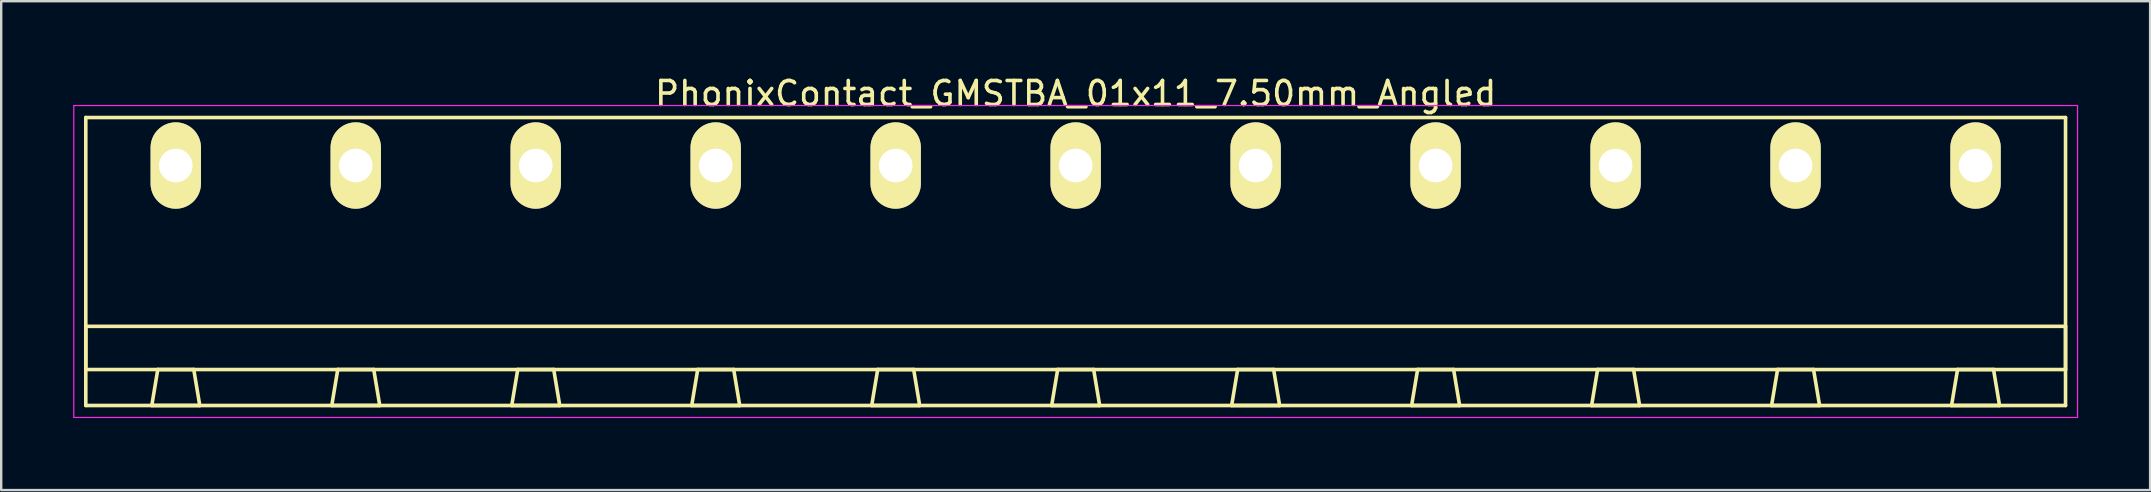
<source format=kicad_pcb>
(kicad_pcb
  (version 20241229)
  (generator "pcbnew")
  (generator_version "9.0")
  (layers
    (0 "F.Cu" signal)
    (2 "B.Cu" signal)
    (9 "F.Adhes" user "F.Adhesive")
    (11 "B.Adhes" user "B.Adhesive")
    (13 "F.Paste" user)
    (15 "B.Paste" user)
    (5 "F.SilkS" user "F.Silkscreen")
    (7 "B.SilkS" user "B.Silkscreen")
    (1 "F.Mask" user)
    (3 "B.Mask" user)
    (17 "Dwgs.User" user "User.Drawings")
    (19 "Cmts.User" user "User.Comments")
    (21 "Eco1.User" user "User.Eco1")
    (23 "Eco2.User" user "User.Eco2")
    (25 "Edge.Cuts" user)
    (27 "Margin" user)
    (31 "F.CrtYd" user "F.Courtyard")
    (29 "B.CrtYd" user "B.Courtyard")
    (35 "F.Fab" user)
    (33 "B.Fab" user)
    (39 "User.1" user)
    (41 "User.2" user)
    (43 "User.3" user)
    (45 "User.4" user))
  (footprint "PhonixContact_GMSTBA_01x11_7.50mm_Angled"
    (layer "F.Cu")
    (at 4.275 3.848)
    (property "Reference" "PhonixContact_GMSTBA_01x11_7.50mm_Angled" (at 37.5 -3 0) (layer "F.SilkS") (effects (font (size 1 1) (thickness 0.15))))
    (attr through_hole)
    (fp_line (start -3.75 -2) (end -3.75 10) (stroke (width 0.15) (type solid)) (layer "F.SilkS"))
    (fp_line (start -3.75 6.7) (end 78.75 6.7) (stroke (width 0.15) (type solid)) (layer "F.SilkS"))
    (fp_line (start -3.75 8.5) (end -3.75 6.7) (stroke (width 0.15) (type solid)) (layer "F.SilkS"))
    (fp_line (start -3.75 10) (end 78.75 10) (stroke (width 0.15) (type solid)) (layer "F.SilkS"))
    (fp_line (start -1 10) (end 1 10) (stroke (width 0.15) (type solid)) (layer "F.SilkS"))
    (fp_line (start -0.75 8.5) (end -1 10) (stroke (width 0.15) (type solid)) (layer "F.SilkS"))
    (fp_line (start 0.75 8.5) (end -0.75 8.5) (stroke (width 0.15) (type solid)) (layer "F.SilkS"))
    (fp_line (start 1 10) (end 0.75 8.5) (stroke (width 0.15) (type solid)) (layer "F.SilkS"))
    (fp_line (start 6.5 10) (end 8.5 10) (stroke (width 0.15) (type solid)) (layer "F.SilkS"))
    (fp_line (start 6.75 8.5) (end 6.5 10) (stroke (width 0.15) (type solid)) (layer "F.SilkS"))
    (fp_line (start 8.25 8.5) (end 6.75 8.5) (stroke (width 0.15) (type solid)) (layer "F.SilkS"))
    (fp_line (start 8.5 10) (end 8.25 8.5) (stroke (width 0.15) (type solid)) (layer "F.SilkS"))
    (fp_line (start 14 10) (end 16 10) (stroke (width 0.15) (type solid)) (layer "F.SilkS"))
    (fp_line (start 14.25 8.5) (end 14 10) (stroke (width 0.15) (type solid)) (layer "F.SilkS"))
    (fp_line (start 15.75 8.5) (end 14.25 8.5) (stroke (width 0.15) (type solid)) (layer "F.SilkS"))
    (fp_line (start 16 10) (end 15.75 8.5) (stroke (width 0.15) (type solid)) (layer "F.SilkS"))
    (fp_line (start 21.5 10) (end 23.5 10) (stroke (width 0.15) (type solid)) (layer "F.SilkS"))
    (fp_line (start 21.75 8.5) (end 21.5 10) (stroke (width 0.15) (type solid)) (layer "F.SilkS"))
    (fp_line (start 23.25 8.5) (end 21.75 8.5) (stroke (width 0.15) (type solid)) (layer "F.SilkS"))
    (fp_line (start 23.5 10) (end 23.25 8.5) (stroke (width 0.15) (type solid)) (layer "F.SilkS"))
    (fp_line (start 29 10) (end 31 10) (stroke (width 0.15) (type solid)) (layer "F.SilkS"))
    (fp_line (start 29.25 8.5) (end 29 10) (stroke (width 0.15) (type solid)) (layer "F.SilkS"))
    (fp_line (start 30.75 8.5) (end 29.25 8.5) (stroke (width 0.15) (type solid)) (layer "F.SilkS"))
    (fp_line (start 31 10) (end 30.75 8.5) (stroke (width 0.15) (type solid)) (layer "F.SilkS"))
    (fp_line (start 36.5 10) (end 38.5 10) (stroke (width 0.15) (type solid)) (layer "F.SilkS"))
    (fp_line (start 36.75 8.5) (end 36.5 10) (stroke (width 0.15) (type solid)) (layer "F.SilkS"))
    (fp_line (start 38.25 8.5) (end 36.75 8.5) (stroke (width 0.15) (type solid)) (layer "F.SilkS"))
    (fp_line (start 38.5 10) (end 38.25 8.5) (stroke (width 0.15) (type solid)) (layer "F.SilkS"))
    (fp_line (start 44 10) (end 46 10) (stroke (width 0.15) (type solid)) (layer "F.SilkS"))
    (fp_line (start 44.25 8.5) (end 44 10) (stroke (width 0.15) (type solid)) (layer "F.SilkS"))
    (fp_line (start 45.75 8.5) (end 44.25 8.5) (stroke (width 0.15) (type solid)) (layer "F.SilkS"))
    (fp_line (start 46 10) (end 45.75 8.5) (stroke (width 0.15) (type solid)) (layer "F.SilkS"))
    (fp_line (start 51.5 10) (end 53.5 10) (stroke (width 0.15) (type solid)) (layer "F.SilkS"))
    (fp_line (start 51.75 8.5) (end 51.5 10) (stroke (width 0.15) (type solid)) (layer "F.SilkS"))
    (fp_line (start 53.25 8.5) (end 51.75 8.5) (stroke (width 0.15) (type solid)) (layer "F.SilkS"))
    (fp_line (start 53.5 10) (end 53.25 8.5) (stroke (width 0.15) (type solid)) (layer "F.SilkS"))
    (fp_line (start 59 10) (end 61 10) (stroke (width 0.15) (type solid)) (layer "F.SilkS"))
    (fp_line (start 59.25 8.5) (end 59 10) (stroke (width 0.15) (type solid)) (layer "F.SilkS"))
    (fp_line (start 60.75 8.5) (end 59.25 8.5) (stroke (width 0.15) (type solid)) (layer "F.SilkS"))
    (fp_line (start 61 10) (end 60.75 8.5) (stroke (width 0.15) (type solid)) (layer "F.SilkS"))
    (fp_line (start 66.5 10) (end 68.5 10) (stroke (width 0.15) (type solid)) (layer "F.SilkS"))
    (fp_line (start 66.75 8.5) (end 66.5 10) (stroke (width 0.15) (type solid)) (layer "F.SilkS"))
    (fp_line (start 68.25 8.5) (end 66.75 8.5) (stroke (width 0.15) (type solid)) (layer "F.SilkS"))
    (fp_line (start 68.5 10) (end 68.25 8.5) (stroke (width 0.15) (type solid)) (layer "F.SilkS"))
    (fp_line (start 74 10) (end 76 10) (stroke (width 0.15) (type solid)) (layer "F.SilkS"))
    (fp_line (start 74.25 8.5) (end 74 10) (stroke (width 0.15) (type solid)) (layer "F.SilkS"))
    (fp_line (start 75.75 8.5) (end 74.25 8.5) (stroke (width 0.15) (type solid)) (layer "F.SilkS"))
    (fp_line (start 76 10) (end 75.75 8.5) (stroke (width 0.15) (type solid)) (layer "F.SilkS"))
    (fp_line (start 78.75 -2) (end -3.75 -2) (stroke (width 0.15) (type solid)) (layer "F.SilkS"))
    (fp_line (start 78.75 6.7) (end 78.75 8.5) (stroke (width 0.15) (type solid)) (layer "F.SilkS"))
    (fp_line (start 78.75 8.5) (end -3.75 8.5) (stroke (width 0.15) (type solid)) (layer "F.SilkS"))
    (fp_line (start 78.75 10) (end 78.75 -2) (stroke (width 0.15) (type solid)) (layer "F.SilkS"))
    (fp_line (start -4.25 -2.5) (end -4.25 10.5) (stroke (width 0.05) (type solid)) (layer "F.CrtYd"))
    (fp_line (start -4.25 10.5) (end 79.25 10.5) (stroke (width 0.05) (type solid)) (layer "F.CrtYd"))
    (fp_line (start 79.25 -2.5) (end -4.25 -2.5) (stroke (width 0.05) (type solid)) (layer "F.CrtYd"))
    (fp_line (start 79.25 10.5) (end 79.25 -2.5) (stroke (width 0.05) (type solid)) (layer "F.CrtYd"))
    (pad "1" thru_hole oval (at 0 0) (size 2.1 3.6) (drill 1.4) (layers "*.Cu" "*.Mask" "F.SilkS"))
    (pad "2" thru_hole oval (at 7.5 0) (size 2.1 3.6) (drill 1.4) (layers "*.Cu" "*.Mask" "F.SilkS"))
    (pad "3" thru_hole oval (at 15 0) (size 2.1 3.6) (drill 1.4) (layers "*.Cu" "*.Mask" "F.SilkS"))
    (pad "4" thru_hole oval (at 22.5 0) (size 2.1 3.6) (drill 1.4) (layers "*.Cu" "*.Mask" "F.SilkS"))
    (pad "5" thru_hole oval (at 30 0) (size 2.1 3.6) (drill 1.4) (layers "*.Cu" "*.Mask" "F.SilkS"))
    (pad "6" thru_hole oval (at 37.5 0) (size 2.1 3.6) (drill 1.4) (layers "*.Cu" "*.Mask" "F.SilkS"))
    (pad "7" thru_hole oval (at 45 0) (size 2.1 3.6) (drill 1.4) (layers "*.Cu" "*.Mask" "F.SilkS"))
    (pad "8" thru_hole oval (at 52.5 0) (size 2.1 3.6) (drill 1.4) (layers "*.Cu" "*.Mask" "F.SilkS"))
    (pad "9" thru_hole oval (at 60 0) (size 2.1 3.6) (drill 1.4) (layers "*.Cu" "*.Mask" "F.SilkS"))
    (pad "10" thru_hole oval (at 67.5 0) (size 2.1 3.6) (drill 1.4) (layers "*.Cu" "*.Mask" "F.SilkS"))
    (pad "11" thru_hole oval (at 75 0) (size 2.1 3.6) (drill 1.4) (layers "*.Cu" "*.Mask" "F.SilkS")))
  (gr_rect
    (start -3 -3)
    (end 86.55 17.373)
    (stroke (width 0.1) (type default))
    (fill no)
    (layer "Edge.Cuts")))
</source>
